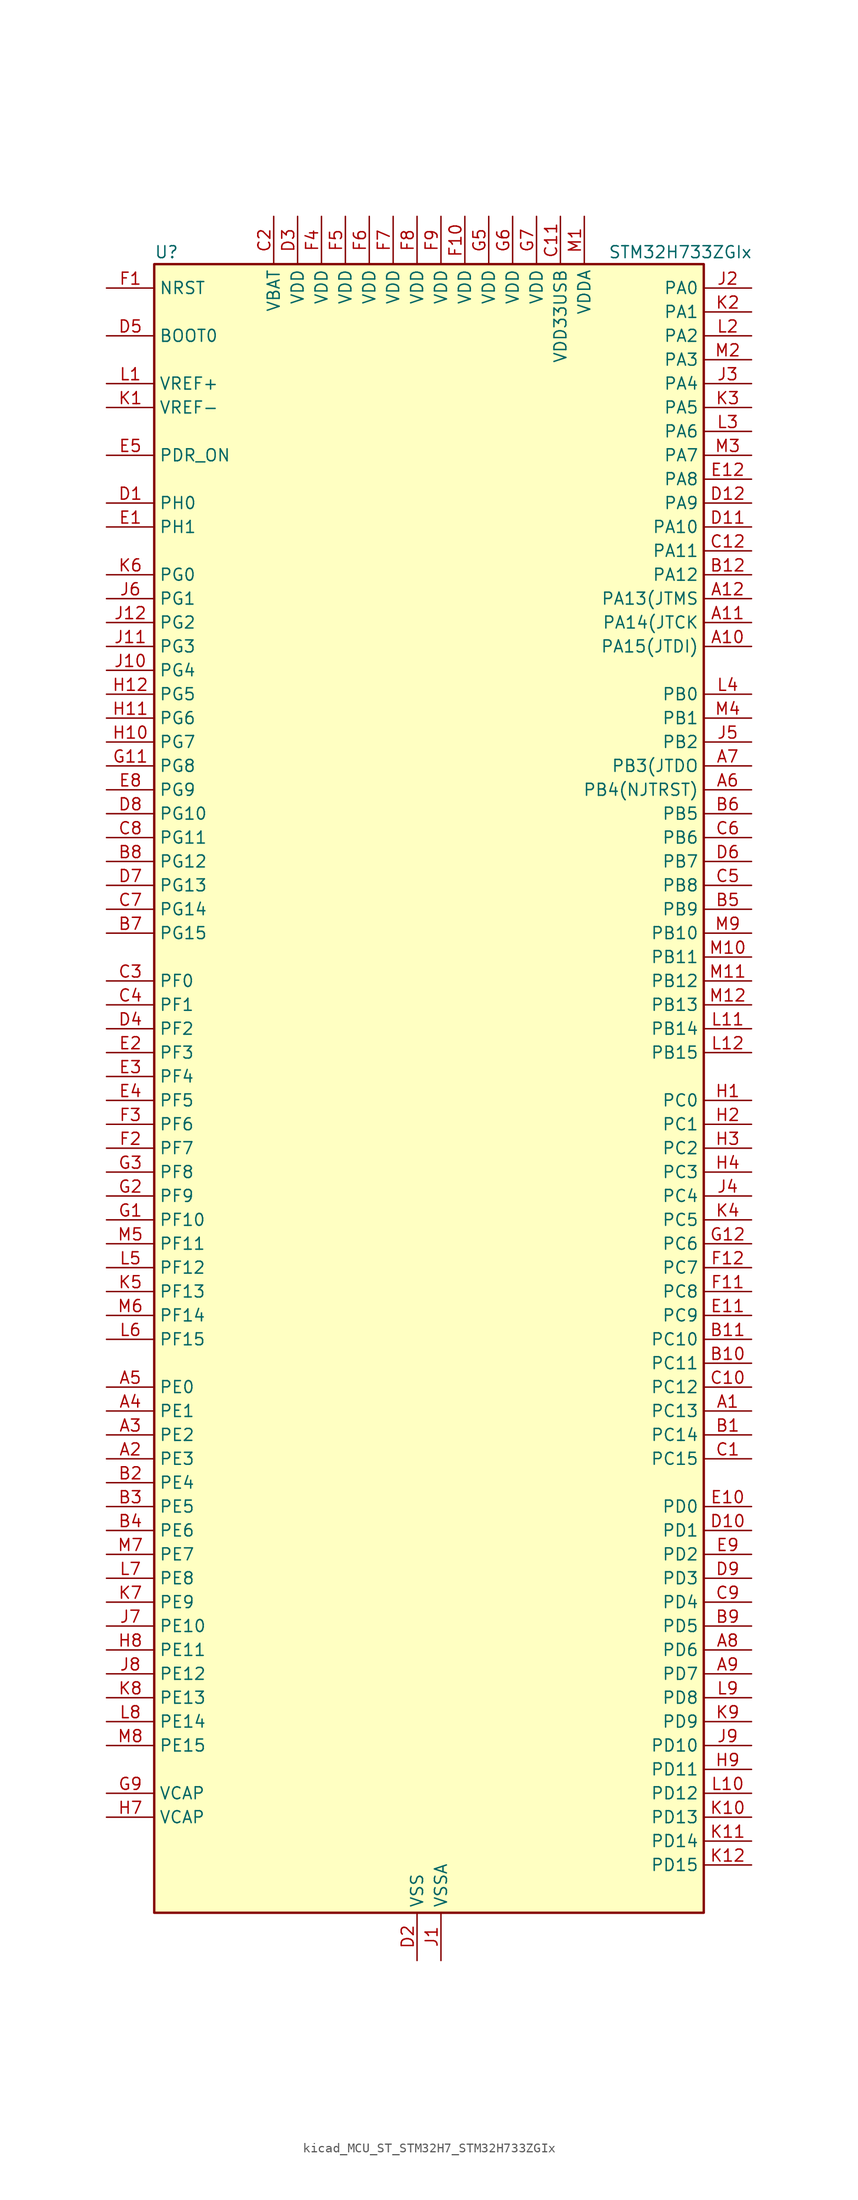
<source format=kicad_sym>
(kicad_symbol_lib
  (version 20220914)
  (generator kicad_symbol_editor)
  (symbol "kicad_MCU_ST_STM32H7_STM32H733ZGIx"
    (property "Reference" "U"
      (at -27.94 90.17 0)
      (effects (font (size 1.27 1.27)) (justify left)))
    (property "Value" "STM32H733ZGIx"
      (at 20.32 90.17 0)
      (effects (font (size 1.27 1.27)) (justify left)))
    (property "ki_locked" ""
      (at 0 0 0)
      (effects (font (size 1.27 1.27))))
    (symbol "kicad_MCU_ST_STM32H7_STM32H733ZGIx_0_1"
      (rectangle (start -27.94 -86.36) (end 30.48 88.9) (stroke (width 0.254) (type default)) (fill (type background))))
    (symbol "kicad_MCU_ST_STM32H7_STM32H733ZGIx_1_1"
      (pin bidirectional line (at 35.56 -33.02 180) (length 5.08) (name "PC13" (effects (font (size 1.27 1.27)))) (number "A1" (effects (font (size 1.27 1.27)))) (alternate "PWR_WKUP4" bidirectional line) (alternate "RTC_OUT_ALARM" bidirectional line) (alternate "RTC_OUT_CALIB" bidirectional line) (alternate "RTC_TAMP1" bidirectional line) (alternate "RTC_TS" bidirectional line))
      (pin bidirectional line (at 35.56 48.26 180) (length 5.08) (name "PA15(JTDI)" (effects (font (size 1.27 1.27)))) (number "A10" (effects (font (size 1.27 1.27)))) (alternate "ADC1_EXTI15" bidirectional line) (alternate "ADC2_EXTI15" bidirectional line) (alternate "ADC3_EXTI15" bidirectional line) (alternate "CEC" bidirectional line) (alternate "DEBUG_JTDI" bidirectional line) (alternate "I2S1_WS" bidirectional line) (alternate "I2S3_WS" bidirectional line) (alternate "I2S6_WS" bidirectional line) (alternate "LTDC_B6" bidirectional line) (alternate "LTDC_R3" bidirectional line) (alternate "SPI1_NSS" bidirectional line) (alternate "SPI3_NSS" bidirectional line) (alternate "SPI6_NSS" bidirectional line) (alternate "TIM2_CH1" bidirectional line) (alternate "TIM2_ETR" bidirectional line) (alternate "UART4_DE" bidirectional line) (alternate "UART4_RTS" bidirectional line) (alternate "UART7_TX" bidirectional line))
      (pin bidirectional line (at 35.56 50.8 180) (length 5.08) (name "PA14(JTCK" (effects (font (size 1.27 1.27)))) (number "A11" (effects (font (size 1.27 1.27)))) (alternate "DEBUG_JTCK-SWCLK" bidirectional line))
      (pin bidirectional line (at 35.56 53.34 180) (length 5.08) (name "PA13(JTMS" (effects (font (size 1.27 1.27)))) (number "A12" (effects (font (size 1.27 1.27)))) (alternate "DEBUG_JTMS-SWDIO" bidirectional line))
      (pin bidirectional line (at -33.02 -38.1 0) (length 5.08) (name "PE3" (effects (font (size 1.27 1.27)))) (number "A2" (effects (font (size 1.27 1.27)))) (alternate "DEBUG_TRACED0" bidirectional line) (alternate "FMC_A19" bidirectional line) (alternate "SAI1_SD_B" bidirectional line) (alternate "SAI4_SD_B" bidirectional line) (alternate "TIM15_BKIN" bidirectional line) (alternate "USART10_TX" bidirectional line))
      (pin bidirectional line (at -33.02 -35.56 0) (length 5.08) (name "PE2" (effects (font (size 1.27 1.27)))) (number "A3" (effects (font (size 1.27 1.27)))) (alternate "DEBUG_TRACECLK" bidirectional line) (alternate "ETH_TXD3" bidirectional line) (alternate "FMC_A23" bidirectional line) (alternate "OCTOSPIM_P1_IO2" bidirectional line) (alternate "SAI1_CK1" bidirectional line) (alternate "SAI1_MCLK_A" bidirectional line) (alternate "SAI4_CK1" bidirectional line) (alternate "SAI4_MCLK_A" bidirectional line) (alternate "SPI4_SCK" bidirectional line) (alternate "USART10_RX" bidirectional line))
      (pin bidirectional line (at -33.02 -33.02 0) (length 5.08) (name "PE1" (effects (font (size 1.27 1.27)))) (number "A4" (effects (font (size 1.27 1.27)))) (alternate "DCMI_D3" bidirectional line) (alternate "FMC_NBL1" bidirectional line) (alternate "LPTIM1_IN2" bidirectional line) (alternate "LTDC_R6" bidirectional line) (alternate "PSSI_D3" bidirectional line) (alternate "UART8_TX" bidirectional line))
      (pin bidirectional line (at -33.02 -30.48 0) (length 5.08) (name "PE0" (effects (font (size 1.27 1.27)))) (number "A5" (effects (font (size 1.27 1.27)))) (alternate "DCMI_D2" bidirectional line) (alternate "FMC_NBL0" bidirectional line) (alternate "LPTIM1_ETR" bidirectional line) (alternate "LPTIM2_ETR" bidirectional line) (alternate "LTDC_R0" bidirectional line) (alternate "PSSI_D2" bidirectional line) (alternate "SAI4_MCLK_A" bidirectional line) (alternate "TIM4_ETR" bidirectional line) (alternate "UART8_RX" bidirectional line))
      (pin bidirectional line (at 35.56 33.02 180) (length 5.08) (name "PB4(NJTRST)" (effects (font (size 1.27 1.27)))) (number "A6" (effects (font (size 1.27 1.27)))) (alternate "DEBUG_JTRST" bidirectional line) (alternate "I2S1_SDI" bidirectional line) (alternate "I2S2_WS" bidirectional line) (alternate "I2S3_SDI" bidirectional line) (alternate "I2S6_SDI" bidirectional line) (alternate "SDMMC2_D3" bidirectional line) (alternate "SPI1_MISO" bidirectional line) (alternate "SPI2_NSS" bidirectional line) (alternate "SPI3_MISO" bidirectional line) (alternate "SPI6_MISO" bidirectional line) (alternate "TIM16_BKIN" bidirectional line) (alternate "TIM3_CH1" bidirectional line) (alternate "UART7_TX" bidirectional line))
      (pin bidirectional line (at 35.56 35.56 180) (length 5.08) (name "PB3(JTDO" (effects (font (size 1.27 1.27)))) (number "A7" (effects (font (size 1.27 1.27)))) (alternate "CRS_SYNC" bidirectional line) (alternate "DEBUG_JTDO-SWO" bidirectional line) (alternate "I2S1_CK" bidirectional line) (alternate "I2S3_CK" bidirectional line) (alternate "I2S6_CK" bidirectional line) (alternate "SDMMC2_D2" bidirectional line) (alternate "SPI1_SCK" bidirectional line) (alternate "SPI3_SCK" bidirectional line) (alternate "SPI6_SCK" bidirectional line) (alternate "TIM24_ETR" bidirectional line) (alternate "TIM2_CH2" bidirectional line) (alternate "UART7_RX" bidirectional line))
      (pin bidirectional line (at 35.56 -58.42 180) (length 5.08) (name "PD6" (effects (font (size 1.27 1.27)))) (number "A8" (effects (font (size 1.27 1.27)))) (alternate "DCMI_D10" bidirectional line) (alternate "DFSDM1_CKIN4" bidirectional line) (alternate "DFSDM1_DATIN1" bidirectional line) (alternate "FMC_NWAIT" bidirectional line) (alternate "I2S3_SDO" bidirectional line) (alternate "LTDC_B2" bidirectional line) (alternate "OCTOSPIM_P1_IO6" bidirectional line) (alternate "PSSI_D10" bidirectional line) (alternate "SAI1_D1" bidirectional line) (alternate "SAI1_SD_A" bidirectional line) (alternate "SAI4_D1" bidirectional line) (alternate "SAI4_SD_A" bidirectional line) (alternate "SDMMC2_CK" bidirectional line) (alternate "SPI3_MOSI" bidirectional line) (alternate "USART2_RX" bidirectional line))
      (pin bidirectional line (at 35.56 -60.96 180) (length 5.08) (name "PD7" (effects (font (size 1.27 1.27)))) (number "A9" (effects (font (size 1.27 1.27)))) (alternate "DFSDM1_CKIN1" bidirectional line) (alternate "DFSDM1_DATIN4" bidirectional line) (alternate "FMC_NE1" bidirectional line) (alternate "I2S1_SDO" bidirectional line) (alternate "OCTOSPIM_P1_IO7" bidirectional line) (alternate "SDMMC2_CMD" bidirectional line) (alternate "SPDIFRX1_IN0" bidirectional line) (alternate "SPI1_MOSI" bidirectional line) (alternate "USART2_CK" bidirectional line))
      (pin bidirectional line (at 35.56 -35.56 180) (length 5.08) (name "PC14" (effects (font (size 1.27 1.27)))) (number "B1" (effects (font (size 1.27 1.27)))) (alternate "RCC_OSC32_IN" bidirectional line))
      (pin bidirectional line (at 35.56 -27.94 180) (length 5.08) (name "PC11" (effects (font (size 1.27 1.27)))) (number "B10" (effects (font (size 1.27 1.27)))) (alternate "ADC1_EXTI11" bidirectional line) (alternate "ADC2_EXTI11" bidirectional line) (alternate "ADC3_EXTI11" bidirectional line) (alternate "DCMI_D4" bidirectional line) (alternate "DFSDM1_DATIN5" bidirectional line) (alternate "I2C5_SCL" bidirectional line) (alternate "I2S3_SDI" bidirectional line) (alternate "LTDC_B4" bidirectional line) (alternate "OCTOSPIM_P1_NCS" bidirectional line) (alternate "PSSI_D4" bidirectional line) (alternate "SDMMC1_D3" bidirectional line) (alternate "SPI3_MISO" bidirectional line) (alternate "UART4_RX" bidirectional line) (alternate "USART3_RX" bidirectional line))
      (pin bidirectional line (at 35.56 -25.4 180) (length 5.08) (name "PC10" (effects (font (size 1.27 1.27)))) (number "B11" (effects (font (size 1.27 1.27)))) (alternate "DCMI_D8" bidirectional line) (alternate "DFSDM1_CKIN5" bidirectional line) (alternate "I2C5_SDA" bidirectional line) (alternate "I2S3_CK" bidirectional line) (alternate "LTDC_B1" bidirectional line) (alternate "LTDC_R2" bidirectional line) (alternate "OCTOSPIM_P1_IO1" bidirectional line) (alternate "PSSI_D8" bidirectional line) (alternate "SDMMC1_D2" bidirectional line) (alternate "SPI3_SCK" bidirectional line) (alternate "SWPMI1_RX" bidirectional line) (alternate "UART4_TX" bidirectional line) (alternate "USART3_TX" bidirectional line))
      (pin bidirectional line (at 35.56 55.88 180) (length 5.08) (name "PA12" (effects (font (size 1.27 1.27)))) (number "B12" (effects (font (size 1.27 1.27)))) (alternate "FDCAN1_TX" bidirectional line) (alternate "I2S2_CK" bidirectional line) (alternate "LPUART1_DE" bidirectional line) (alternate "LPUART1_RTS" bidirectional line) (alternate "LTDC_R5" bidirectional line) (alternate "SAI4_FS_B" bidirectional line) (alternate "SPI2_SCK" bidirectional line) (alternate "TIM1_BKIN2" bidirectional line) (alternate "TIM1_ETR" bidirectional line) (alternate "UART4_TX" bidirectional line) (alternate "USART1_DE" bidirectional line) (alternate "USART1_RTS" bidirectional line) (alternate "USB_OTG_HS_DP" bidirectional line))
      (pin bidirectional line (at -33.02 -40.64 0) (length 5.08) (name "PE4" (effects (font (size 1.27 1.27)))) (number "B2" (effects (font (size 1.27 1.27)))) (alternate "DCMI_D4" bidirectional line) (alternate "DEBUG_TRACED1" bidirectional line) (alternate "DFSDM1_DATIN3" bidirectional line) (alternate "FMC_A20" bidirectional line) (alternate "LTDC_B0" bidirectional line) (alternate "PSSI_D4" bidirectional line) (alternate "SAI1_D2" bidirectional line) (alternate "SAI1_FS_A" bidirectional line) (alternate "SAI4_D2" bidirectional line) (alternate "SAI4_FS_A" bidirectional line) (alternate "SPI4_NSS" bidirectional line) (alternate "TIM15_CH1N" bidirectional line))
      (pin bidirectional line (at -33.02 -43.18 0) (length 5.08) (name "PE5" (effects (font (size 1.27 1.27)))) (number "B3" (effects (font (size 1.27 1.27)))) (alternate "DCMI_D6" bidirectional line) (alternate "DEBUG_TRACED2" bidirectional line) (alternate "DFSDM1_CKIN3" bidirectional line) (alternate "FMC_A21" bidirectional line) (alternate "LTDC_G0" bidirectional line) (alternate "PSSI_D6" bidirectional line) (alternate "SAI1_CK2" bidirectional line) (alternate "SAI1_SCK_A" bidirectional line) (alternate "SAI4_CK2" bidirectional line) (alternate "SAI4_SCK_A" bidirectional line) (alternate "SPI4_MISO" bidirectional line) (alternate "TIM15_CH1" bidirectional line))
      (pin bidirectional line (at -33.02 -45.72 0) (length 5.08) (name "PE6" (effects (font (size 1.27 1.27)))) (number "B4" (effects (font (size 1.27 1.27)))) (alternate "DCMI_D7" bidirectional line) (alternate "DEBUG_TRACED3" bidirectional line) (alternate "FMC_A22" bidirectional line) (alternate "LTDC_G1" bidirectional line) (alternate "PSSI_D7" bidirectional line) (alternate "SAI1_D1" bidirectional line) (alternate "SAI1_SD_A" bidirectional line) (alternate "SAI4_D1" bidirectional line) (alternate "SAI4_MCLK_B" bidirectional line) (alternate "SAI4_SD_A" bidirectional line) (alternate "SPI4_MOSI" bidirectional line) (alternate "TIM15_CH2" bidirectional line) (alternate "TIM1_BKIN2" bidirectional line) (alternate "TIM1_BKIN2_COMP1" bidirectional line) (alternate "TIM1_BKIN2_COMP2" bidirectional line))
      (pin bidirectional line (at 35.56 20.32 180) (length 5.08) (name "PB9" (effects (font (size 1.27 1.27)))) (number "B5" (effects (font (size 1.27 1.27)))) (alternate "DAC1_EXTI9" bidirectional line) (alternate "DCMI_D7" bidirectional line) (alternate "DFSDM1_DATIN7" bidirectional line) (alternate "FDCAN1_TX" bidirectional line) (alternate "I2C1_SDA" bidirectional line) (alternate "I2C4_SDA" bidirectional line) (alternate "I2C4_SMBA" bidirectional line) (alternate "I2S2_WS" bidirectional line) (alternate "LTDC_B7" bidirectional line) (alternate "PSSI_D7" bidirectional line) (alternate "SDMMC1_CDIR" bidirectional line) (alternate "SDMMC1_D5" bidirectional line) (alternate "SDMMC2_D5" bidirectional line) (alternate "SPI2_NSS" bidirectional line) (alternate "TIM17_CH1" bidirectional line) (alternate "TIM4_CH4" bidirectional line) (alternate "UART4_TX" bidirectional line))
      (pin bidirectional line (at 35.56 30.48 180) (length 5.08) (name "PB5" (effects (font (size 1.27 1.27)))) (number "B6" (effects (font (size 1.27 1.27)))) (alternate "DCMI_D10" bidirectional line) (alternate "ETH_PPS_OUT" bidirectional line) (alternate "FDCAN2_RX" bidirectional line) (alternate "FMC_SDCKE1" bidirectional line) (alternate "I2C1_SMBA" bidirectional line) (alternate "I2C4_SMBA" bidirectional line) (alternate "I2S1_SDO" bidirectional line) (alternate "I2S3_SDO" bidirectional line) (alternate "I2S6_SDO" bidirectional line) (alternate "LTDC_B5" bidirectional line) (alternate "PSSI_D10" bidirectional line) (alternate "SPI1_MOSI" bidirectional line) (alternate "SPI3_MOSI" bidirectional line) (alternate "SPI6_MOSI" bidirectional line) (alternate "TIM17_BKIN" bidirectional line) (alternate "TIM3_CH2" bidirectional line) (alternate "UART5_RX" bidirectional line) (alternate "USB_OTG_HS_ULPI_D7" bidirectional line))
      (pin bidirectional line (at -33.02 17.78 0) (length 5.08) (name "PG15" (effects (font (size 1.27 1.27)))) (number "B7" (effects (font (size 1.27 1.27)))) (alternate "ADC1_EXTI15" bidirectional line) (alternate "ADC2_EXTI15" bidirectional line) (alternate "ADC3_EXTI15" bidirectional line) (alternate "DCMI_D13" bidirectional line) (alternate "FMC_SDNCAS" bidirectional line) (alternate "OCTOSPIM_P2_DQS" bidirectional line) (alternate "PSSI_D13" bidirectional line) (alternate "USART10_CK" bidirectional line) (alternate "USART6_CTS" bidirectional line) (alternate "USART6_NSS" bidirectional line))
      (pin bidirectional line (at -33.02 25.4 0) (length 5.08) (name "PG12" (effects (font (size 1.27 1.27)))) (number "B8" (effects (font (size 1.27 1.27)))) (alternate "ETH_TXD1" bidirectional line) (alternate "FMC_NE4" bidirectional line) (alternate "I2S6_SDI" bidirectional line) (alternate "LPTIM1_IN1" bidirectional line) (alternate "LTDC_B1" bidirectional line) (alternate "LTDC_B4" bidirectional line) (alternate "OCTOSPIM_P2_NCS" bidirectional line) (alternate "SDMMC2_D3" bidirectional line) (alternate "SPDIFRX1_IN1" bidirectional line) (alternate "SPI6_MISO" bidirectional line) (alternate "TIM23_CH1" bidirectional line) (alternate "USART10_TX" bidirectional line) (alternate "USART6_DE" bidirectional line) (alternate "USART6_RTS" bidirectional line))
      (pin bidirectional line (at 35.56 -55.88 180) (length 5.08) (name "PD5" (effects (font (size 1.27 1.27)))) (number "B9" (effects (font (size 1.27 1.27)))) (alternate "FMC_NWE" bidirectional line) (alternate "OCTOSPIM_P1_IO5" bidirectional line) (alternate "USART2_TX" bidirectional line))
      (pin bidirectional line (at 35.56 -38.1 180) (length 5.08) (name "PC15" (effects (font (size 1.27 1.27)))) (number "C1" (effects (font (size 1.27 1.27)))) (alternate "ADC1_EXTI15" bidirectional line) (alternate "ADC2_EXTI15" bidirectional line) (alternate "ADC3_EXTI15" bidirectional line) (alternate "RCC_OSC32_OUT" bidirectional line))
      (pin bidirectional line (at 35.56 -30.48 180) (length 5.08) (name "PC12" (effects (font (size 1.27 1.27)))) (number "C10" (effects (font (size 1.27 1.27)))) (alternate "DCMI_D9" bidirectional line) (alternate "DEBUG_TRACED3" bidirectional line) (alternate "FMC_D6" bidirectional line) (alternate "FMC_DA6" bidirectional line) (alternate "I2C5_SMBA" bidirectional line) (alternate "I2S3_SDO" bidirectional line) (alternate "I2S6_CK" bidirectional line) (alternate "LTDC_R6" bidirectional line) (alternate "PSSI_D9" bidirectional line) (alternate "SDMMC1_CK" bidirectional line) (alternate "SPI3_MOSI" bidirectional line) (alternate "SPI6_SCK" bidirectional line) (alternate "TIM15_CH1" bidirectional line) (alternate "UART5_TX" bidirectional line) (alternate "USART3_CK" bidirectional line))
      (pin power_in line (at 15.24 93.98 270) (length 5.08) (name "VDD33USB" (effects (font (size 1.27 1.27)))) (number "C11" (effects (font (size 1.27 1.27)))))
      (pin bidirectional line (at 35.56 58.42 180) (length 5.08) (name "PA11" (effects (font (size 1.27 1.27)))) (number "C12" (effects (font (size 1.27 1.27)))) (alternate "ADC1_EXTI11" bidirectional line) (alternate "ADC2_EXTI11" bidirectional line) (alternate "ADC3_EXTI11" bidirectional line) (alternate "FDCAN1_RX" bidirectional line) (alternate "I2S2_WS" bidirectional line) (alternate "LPUART1_CTS" bidirectional line) (alternate "LTDC_R4" bidirectional line) (alternate "SPI2_NSS" bidirectional line) (alternate "TIM1_CH4" bidirectional line) (alternate "UART4_RX" bidirectional line) (alternate "USART1_CTS" bidirectional line) (alternate "USART1_NSS" bidirectional line) (alternate "USB_OTG_HS_DM" bidirectional line))
      (pin power_in line (at -15.24 93.98 270) (length 5.08) (name "VBAT" (effects (font (size 1.27 1.27)))) (number "C2" (effects (font (size 1.27 1.27)))))
      (pin bidirectional line (at -33.02 12.7 0) (length 5.08) (name "PF0" (effects (font (size 1.27 1.27)))) (number "C3" (effects (font (size 1.27 1.27)))) (alternate "FMC_A0" bidirectional line) (alternate "I2C2_SDA" bidirectional line) (alternate "I2C5_SDA" bidirectional line) (alternate "OCTOSPIM_P2_IO0" bidirectional line) (alternate "TIM23_CH1" bidirectional line))
      (pin bidirectional line (at -33.02 10.16 0) (length 5.08) (name "PF1" (effects (font (size 1.27 1.27)))) (number "C4" (effects (font (size 1.27 1.27)))) (alternate "FMC_A1" bidirectional line) (alternate "I2C2_SCL" bidirectional line) (alternate "I2C5_SCL" bidirectional line) (alternate "OCTOSPIM_P2_IO1" bidirectional line) (alternate "TIM23_CH2" bidirectional line))
      (pin bidirectional line (at 35.56 22.86 180) (length 5.08) (name "PB8" (effects (font (size 1.27 1.27)))) (number "C5" (effects (font (size 1.27 1.27)))) (alternate "DCMI_D6" bidirectional line) (alternate "DFSDM1_CKIN7" bidirectional line) (alternate "ETH_TXD3" bidirectional line) (alternate "FDCAN1_RX" bidirectional line) (alternate "I2C1_SCL" bidirectional line) (alternate "I2C4_SCL" bidirectional line) (alternate "LTDC_B6" bidirectional line) (alternate "PSSI_D6" bidirectional line) (alternate "SDMMC1_CKIN" bidirectional line) (alternate "SDMMC1_D4" bidirectional line) (alternate "SDMMC2_D4" bidirectional line) (alternate "TIM16_CH1" bidirectional line) (alternate "TIM4_CH3" bidirectional line) (alternate "UART4_RX" bidirectional line))
      (pin bidirectional line (at 35.56 27.94 180) (length 5.08) (name "PB6" (effects (font (size 1.27 1.27)))) (number "C6" (effects (font (size 1.27 1.27)))) (alternate "CEC" bidirectional line) (alternate "DCMI_D5" bidirectional line) (alternate "DFSDM1_DATIN5" bidirectional line) (alternate "FDCAN2_TX" bidirectional line) (alternate "FMC_SDNE1" bidirectional line) (alternate "I2C1_SCL" bidirectional line) (alternate "I2C4_SCL" bidirectional line) (alternate "LPUART1_TX" bidirectional line) (alternate "OCTOSPIM_P1_NCS" bidirectional line) (alternate "PSSI_D5" bidirectional line) (alternate "TIM16_CH1N" bidirectional line) (alternate "TIM4_CH1" bidirectional line) (alternate "UART5_TX" bidirectional line) (alternate "USART1_TX" bidirectional line))
      (pin bidirectional line (at -33.02 20.32 0) (length 5.08) (name "PG14" (effects (font (size 1.27 1.27)))) (number "C7" (effects (font (size 1.27 1.27)))) (alternate "DEBUG_TRACED1" bidirectional line) (alternate "ETH_TXD1" bidirectional line) (alternate "FMC_A25" bidirectional line) (alternate "I2S6_SDO" bidirectional line) (alternate "LPTIM1_ETR" bidirectional line) (alternate "LTDC_B0" bidirectional line) (alternate "OCTOSPIM_P1_IO7" bidirectional line) (alternate "SDMMC2_D7" bidirectional line) (alternate "SPI6_MOSI" bidirectional line) (alternate "TIM23_CH3" bidirectional line) (alternate "USART10_DE" bidirectional line) (alternate "USART10_RTS" bidirectional line) (alternate "USART6_TX" bidirectional line))
      (pin bidirectional line (at -33.02 27.94 0) (length 5.08) (name "PG11" (effects (font (size 1.27 1.27)))) (number "C8" (effects (font (size 1.27 1.27)))) (alternate "ADC1_EXTI11" bidirectional line) (alternate "ADC2_EXTI11" bidirectional line) (alternate "ADC3_EXTI11" bidirectional line) (alternate "DCMI_D3" bidirectional line) (alternate "ETH_TX_EN" bidirectional line) (alternate "I2S1_CK" bidirectional line) (alternate "LPTIM1_IN2" bidirectional line) (alternate "LTDC_B3" bidirectional line) (alternate "OCTOSPIM_P2_IO7" bidirectional line) (alternate "PSSI_D3" bidirectional line) (alternate "SDMMC2_D2" bidirectional line) (alternate "SPDIFRX1_IN0" bidirectional line) (alternate "SPI1_SCK" bidirectional line) (alternate "USART10_RX" bidirectional line))
      (pin bidirectional line (at 35.56 -53.34 180) (length 5.08) (name "PD4" (effects (font (size 1.27 1.27)))) (number "C9" (effects (font (size 1.27 1.27)))) (alternate "FMC_NOE" bidirectional line) (alternate "OCTOSPIM_P1_IO4" bidirectional line) (alternate "USART2_DE" bidirectional line) (alternate "USART2_RTS" bidirectional line))
      (pin bidirectional line (at -33.02 63.5 0) (length 5.08) (name "PH0" (effects (font (size 1.27 1.27)))) (number "D1" (effects (font (size 1.27 1.27)))) (alternate "RCC_OSC_IN" bidirectional line))
      (pin bidirectional line (at 35.56 -45.72 180) (length 5.08) (name "PD1" (effects (font (size 1.27 1.27)))) (number "D10" (effects (font (size 1.27 1.27)))) (alternate "DFSDM1_DATIN6" bidirectional line) (alternate "FDCAN1_TX" bidirectional line) (alternate "FMC_D3" bidirectional line) (alternate "FMC_DA3" bidirectional line) (alternate "UART4_TX" bidirectional line))
      (pin bidirectional line (at 35.56 60.96 180) (length 5.08) (name "PA10" (effects (font (size 1.27 1.27)))) (number "D11" (effects (font (size 1.27 1.27)))) (alternate "DCMI_D1" bidirectional line) (alternate "LPUART1_RX" bidirectional line) (alternate "LTDC_B1" bidirectional line) (alternate "LTDC_B4" bidirectional line) (alternate "MDIOS_MDIO" bidirectional line) (alternate "PSSI_D1" bidirectional line) (alternate "TIM1_CH3" bidirectional line) (alternate "USART1_RX" bidirectional line) (alternate "USB_OTG_HS_ID" bidirectional line))
      (pin bidirectional line (at 35.56 63.5 180) (length 5.08) (name "PA9" (effects (font (size 1.27 1.27)))) (number "D12" (effects (font (size 1.27 1.27)))) (alternate "DAC1_EXTI9" bidirectional line) (alternate "DCMI_D0" bidirectional line) (alternate "ETH_TX_ER" bidirectional line) (alternate "I2C3_SMBA" bidirectional line) (alternate "I2C5_SMBA" bidirectional line) (alternate "I2S2_CK" bidirectional line) (alternate "LPUART1_TX" bidirectional line) (alternate "LTDC_R5" bidirectional line) (alternate "PSSI_D0" bidirectional line) (alternate "SPI2_SCK" bidirectional line) (alternate "TIM1_CH2" bidirectional line) (alternate "USART1_TX" bidirectional line) (alternate "USB_OTG_HS_VBUS" bidirectional line))
      (pin power_in line (at 0 -91.44 90) (length 5.08) (name "VSS" (effects (font (size 1.27 1.27)))) (number "D2" (effects (font (size 1.27 1.27)))))
      (pin power_in line (at -12.7 93.98 270) (length 5.08) (name "VDD" (effects (font (size 1.27 1.27)))) (number "D3" (effects (font (size 1.27 1.27)))))
      (pin bidirectional line (at -33.02 7.62 0) (length 5.08) (name "PF2" (effects (font (size 1.27 1.27)))) (number "D4" (effects (font (size 1.27 1.27)))) (alternate "FMC_A2" bidirectional line) (alternate "I2C2_SMBA" bidirectional line) (alternate "I2C5_SMBA" bidirectional line) (alternate "OCTOSPIM_P2_IO2" bidirectional line) (alternate "TIM23_CH3" bidirectional line))
      (pin input line (at -33.02 81.28 0) (length 5.08) (name "BOOT0" (effects (font (size 1.27 1.27)))) (number "D5" (effects (font (size 1.27 1.27)))))
      (pin bidirectional line (at 35.56 25.4 180) (length 5.08) (name "PB7" (effects (font (size 1.27 1.27)))) (number "D6" (effects (font (size 1.27 1.27)))) (alternate "DCMI_VSYNC" bidirectional line) (alternate "DFSDM1_CKIN5" bidirectional line) (alternate "FMC_NL" bidirectional line) (alternate "I2C1_SDA" bidirectional line) (alternate "I2C4_SDA" bidirectional line) (alternate "LPUART1_RX" bidirectional line) (alternate "PSSI_RDY" bidirectional line) (alternate "PWR_PVD_IN" bidirectional line) (alternate "TIM17_CH1N" bidirectional line) (alternate "TIM4_CH2" bidirectional line) (alternate "USART1_RX" bidirectional line))
      (pin bidirectional line (at -33.02 22.86 0) (length 5.08) (name "PG13" (effects (font (size 1.27 1.27)))) (number "D7" (effects (font (size 1.27 1.27)))) (alternate "DEBUG_TRACED0" bidirectional line) (alternate "ETH_TXD0" bidirectional line) (alternate "FMC_A24" bidirectional line) (alternate "I2S6_CK" bidirectional line) (alternate "LPTIM1_OUT" bidirectional line) (alternate "LTDC_R0" bidirectional line) (alternate "SDMMC2_D6" bidirectional line) (alternate "SPI6_SCK" bidirectional line) (alternate "TIM23_CH2" bidirectional line) (alternate "USART10_CTS" bidirectional line) (alternate "USART10_NSS" bidirectional line) (alternate "USART6_CTS" bidirectional line) (alternate "USART6_NSS" bidirectional line))
      (pin bidirectional line (at -33.02 30.48 0) (length 5.08) (name "PG10" (effects (font (size 1.27 1.27)))) (number "D8" (effects (font (size 1.27 1.27)))) (alternate "DCMI_D2" bidirectional line) (alternate "FDCAN3_RX" bidirectional line) (alternate "FMC_NE3" bidirectional line) (alternate "I2S1_WS" bidirectional line) (alternate "LTDC_B2" bidirectional line) (alternate "LTDC_G3" bidirectional line) (alternate "OCTOSPIM_P2_IO6" bidirectional line) (alternate "PSSI_D2" bidirectional line) (alternate "SAI4_SD_B" bidirectional line) (alternate "SDMMC2_D1" bidirectional line) (alternate "SPI1_NSS" bidirectional line))
      (pin bidirectional line (at 35.56 -50.8 180) (length 5.08) (name "PD3" (effects (font (size 1.27 1.27)))) (number "D9" (effects (font (size 1.27 1.27)))) (alternate "DCMI_D5" bidirectional line) (alternate "DFSDM1_CKOUT" bidirectional line) (alternate "FMC_CLK" bidirectional line) (alternate "I2S2_CK" bidirectional line) (alternate "LTDC_G7" bidirectional line) (alternate "PSSI_D5" bidirectional line) (alternate "SPI2_SCK" bidirectional line) (alternate "USART2_CTS" bidirectional line) (alternate "USART2_NSS" bidirectional line))
      (pin bidirectional line (at -33.02 60.96 0) (length 5.08) (name "PH1" (effects (font (size 1.27 1.27)))) (number "E1" (effects (font (size 1.27 1.27)))) (alternate "RCC_OSC_OUT" bidirectional line))
      (pin bidirectional line (at 35.56 -43.18 180) (length 5.08) (name "PD0" (effects (font (size 1.27 1.27)))) (number "E10" (effects (font (size 1.27 1.27)))) (alternate "DFSDM1_CKIN6" bidirectional line) (alternate "FDCAN1_RX" bidirectional line) (alternate "FMC_D2" bidirectional line) (alternate "FMC_DA2" bidirectional line) (alternate "LTDC_B1" bidirectional line) (alternate "UART4_RX" bidirectional line) (alternate "UART9_CTS" bidirectional line))
      (pin bidirectional line (at 35.56 -22.86 180) (length 5.08) (name "PC9" (effects (font (size 1.27 1.27)))) (number "E11" (effects (font (size 1.27 1.27)))) (alternate "DAC1_EXTI9" bidirectional line) (alternate "DCMI_D3" bidirectional line) (alternate "I2C3_SDA" bidirectional line) (alternate "I2C5_SDA" bidirectional line) (alternate "I2S_CKIN" bidirectional line) (alternate "LTDC_B2" bidirectional line) (alternate "LTDC_G3" bidirectional line) (alternate "OCTOSPIM_P1_IO0" bidirectional line) (alternate "PSSI_D3" bidirectional line) (alternate "RCC_MCO_2" bidirectional line) (alternate "SDMMC1_D1" bidirectional line) (alternate "SWPMI1_SUSPEND" bidirectional line) (alternate "TIM3_CH4" bidirectional line) (alternate "TIM8_CH4" bidirectional line) (alternate "UART5_CTS" bidirectional line))
      (pin bidirectional line (at 35.56 66.04 180) (length 5.08) (name "PA8" (effects (font (size 1.27 1.27)))) (number "E12" (effects (font (size 1.27 1.27)))) (alternate "I2C3_SCL" bidirectional line) (alternate "I2C5_SCL" bidirectional line) (alternate "LTDC_B3" bidirectional line) (alternate "LTDC_R6" bidirectional line) (alternate "RCC_MCO_1" bidirectional line) (alternate "TIM1_CH1" bidirectional line) (alternate "TIM8_BKIN2" bidirectional line) (alternate "TIM8_BKIN2_COMP1" bidirectional line) (alternate "TIM8_BKIN2_COMP2" bidirectional line) (alternate "UART7_RX" bidirectional line) (alternate "USART1_CK" bidirectional line) (alternate "USB_OTG_HS_SOF" bidirectional line))
      (pin bidirectional line (at -33.02 5.08 0) (length 5.08) (name "PF3" (effects (font (size 1.27 1.27)))) (number "E2" (effects (font (size 1.27 1.27)))) (alternate "ADC3_INP5" bidirectional line) (alternate "FMC_A3" bidirectional line) (alternate "OCTOSPIM_P2_IO3" bidirectional line) (alternate "TIM23_CH4" bidirectional line))
      (pin bidirectional line (at -33.02 2.54 0) (length 5.08) (name "PF4" (effects (font (size 1.27 1.27)))) (number "E3" (effects (font (size 1.27 1.27)))) (alternate "ADC3_INN5" bidirectional line) (alternate "ADC3_INP9" bidirectional line) (alternate "FMC_A4" bidirectional line) (alternate "OCTOSPIM_P2_CLK" bidirectional line))
      (pin bidirectional line (at -33.02 0 0) (length 5.08) (name "PF5" (effects (font (size 1.27 1.27)))) (number "E4" (effects (font (size 1.27 1.27)))) (alternate "ADC3_INP4" bidirectional line) (alternate "FMC_A5" bidirectional line) (alternate "OCTOSPIM_P2_NCLK" bidirectional line))
      (pin input line (at -33.02 68.58 0) (length 5.08) (name "PDR_ON" (effects (font (size 1.27 1.27)))) (number "E5" (effects (font (size 1.27 1.27)))))
      (pin passive line (at 0 -91.44 90) (length 5.08) hide (name "VSS" (effects (font (size 1.27 1.27)))) (number "E6" (effects (font (size 1.27 1.27)))))
      (pin passive line (at 0 -91.44 90) (length 5.08) hide (name "VSS" (effects (font (size 1.27 1.27)))) (number "E7" (effects (font (size 1.27 1.27)))))
      (pin bidirectional line (at -33.02 33.02 0) (length 5.08) (name "PG9" (effects (font (size 1.27 1.27)))) (number "E8" (effects (font (size 1.27 1.27)))) (alternate "DAC1_EXTI9" bidirectional line) (alternate "DCMI_VSYNC" bidirectional line) (alternate "FDCAN3_TX" bidirectional line) (alternate "FMC_NCE" bidirectional line) (alternate "FMC_NE2" bidirectional line) (alternate "I2S1_SDI" bidirectional line) (alternate "OCTOSPIM_P1_IO6" bidirectional line) (alternate "PSSI_RDY" bidirectional line) (alternate "SAI4_FS_B" bidirectional line) (alternate "SDMMC2_D0" bidirectional line) (alternate "SPDIFRX1_IN3" bidirectional line) (alternate "SPI1_MISO" bidirectional line) (alternate "USART6_RX" bidirectional line))
      (pin bidirectional line (at 35.56 -48.26 180) (length 5.08) (name "PD2" (effects (font (size 1.27 1.27)))) (number "E9" (effects (font (size 1.27 1.27)))) (alternate "DCMI_D11" bidirectional line) (alternate "DEBUG_TRACED2" bidirectional line) (alternate "FMC_D7" bidirectional line) (alternate "FMC_DA7" bidirectional line) (alternate "LTDC_B2" bidirectional line) (alternate "LTDC_B7" bidirectional line) (alternate "PSSI_D11" bidirectional line) (alternate "SDMMC1_CMD" bidirectional line) (alternate "TIM15_BKIN" bidirectional line) (alternate "TIM3_ETR" bidirectional line) (alternate "UART5_RX" bidirectional line))
      (pin input line (at -33.02 86.36 0) (length 5.08) (name "NRST" (effects (font (size 1.27 1.27)))) (number "F1" (effects (font (size 1.27 1.27)))))
      (pin power_in line (at 5.08 93.98 270) (length 5.08) (name "VDD" (effects (font (size 1.27 1.27)))) (number "F10" (effects (font (size 1.27 1.27)))))
      (pin bidirectional line (at 35.56 -20.32 180) (length 5.08) (name "PC8" (effects (font (size 1.27 1.27)))) (number "F11" (effects (font (size 1.27 1.27)))) (alternate "DCMI_D2" bidirectional line) (alternate "DEBUG_TRACED1" bidirectional line) (alternate "FMC_INT" bidirectional line) (alternate "FMC_NCE" bidirectional line) (alternate "FMC_NE2" bidirectional line) (alternate "PSSI_D2" bidirectional line) (alternate "SDMMC1_D0" bidirectional line) (alternate "SWPMI1_RX" bidirectional line) (alternate "TIM3_CH3" bidirectional line) (alternate "TIM8_CH3" bidirectional line) (alternate "UART5_DE" bidirectional line) (alternate "UART5_RTS" bidirectional line) (alternate "USART6_CK" bidirectional line))
      (pin bidirectional line (at 35.56 -17.78 180) (length 5.08) (name "PC7" (effects (font (size 1.27 1.27)))) (number "F12" (effects (font (size 1.27 1.27)))) (alternate "DCMI_D1" bidirectional line) (alternate "DEBUG_TRGIO" bidirectional line) (alternate "DFSDM1_DATIN3" bidirectional line) (alternate "FMC_NE1" bidirectional line) (alternate "I2S3_MCK" bidirectional line) (alternate "LTDC_G6" bidirectional line) (alternate "PSSI_D1" bidirectional line) (alternate "SDMMC1_D123DIR" bidirectional line) (alternate "SDMMC1_D7" bidirectional line) (alternate "SDMMC2_D7" bidirectional line) (alternate "SWPMI1_TX" bidirectional line) (alternate "TIM3_CH2" bidirectional line) (alternate "TIM8_CH2" bidirectional line) (alternate "USART6_RX" bidirectional line))
      (pin bidirectional line (at -33.02 -5.08 0) (length 5.08) (name "PF7" (effects (font (size 1.27 1.27)))) (number "F2" (effects (font (size 1.27 1.27)))) (alternate "ADC3_INP3" bidirectional line) (alternate "FDCAN3_TX" bidirectional line) (alternate "OCTOSPIM_P1_IO2" bidirectional line) (alternate "SAI1_MCLK_B" bidirectional line) (alternate "SAI4_MCLK_B" bidirectional line) (alternate "SPI5_SCK" bidirectional line) (alternate "TIM17_CH1" bidirectional line) (alternate "TIM23_CH2" bidirectional line) (alternate "UART7_TX" bidirectional line))
      (pin bidirectional line (at -33.02 -2.54 0) (length 5.08) (name "PF6" (effects (font (size 1.27 1.27)))) (number "F3" (effects (font (size 1.27 1.27)))) (alternate "ADC3_INN4" bidirectional line) (alternate "ADC3_INP8" bidirectional line) (alternate "FDCAN3_RX" bidirectional line) (alternate "OCTOSPIM_P1_IO3" bidirectional line) (alternate "SAI1_SD_B" bidirectional line) (alternate "SAI4_SD_B" bidirectional line) (alternate "SPI5_NSS" bidirectional line) (alternate "TIM16_CH1" bidirectional line) (alternate "TIM23_CH1" bidirectional line) (alternate "UART7_RX" bidirectional line))
      (pin power_in line (at -10.16 93.98 270) (length 5.08) (name "VDD" (effects (font (size 1.27 1.27)))) (number "F4" (effects (font (size 1.27 1.27)))))
      (pin power_in line (at -7.62 93.98 270) (length 5.08) (name "VDD" (effects (font (size 1.27 1.27)))) (number "F5" (effects (font (size 1.27 1.27)))))
      (pin power_in line (at -5.08 93.98 270) (length 5.08) (name "VDD" (effects (font (size 1.27 1.27)))) (number "F6" (effects (font (size 1.27 1.27)))))
      (pin power_in line (at -2.54 93.98 270) (length 5.08) (name "VDD" (effects (font (size 1.27 1.27)))) (number "F7" (effects (font (size 1.27 1.27)))))
      (pin power_in line (at 0 93.98 270) (length 5.08) (name "VDD" (effects (font (size 1.27 1.27)))) (number "F8" (effects (font (size 1.27 1.27)))))
      (pin power_in line (at 2.54 93.98 270) (length 5.08) (name "VDD" (effects (font (size 1.27 1.27)))) (number "F9" (effects (font (size 1.27 1.27)))))
      (pin bidirectional line (at -33.02 -12.7 0) (length 5.08) (name "PF10" (effects (font (size 1.27 1.27)))) (number "G1" (effects (font (size 1.27 1.27)))) (alternate "ADC3_INN2" bidirectional line) (alternate "ADC3_INP6" bidirectional line) (alternate "DCMI_D11" bidirectional line) (alternate "LTDC_DE" bidirectional line) (alternate "OCTOSPIM_P1_CLK" bidirectional line) (alternate "PSSI_D11" bidirectional line) (alternate "PSSI_D15" bidirectional line) (alternate "SAI1_D3" bidirectional line) (alternate "SAI4_D3" bidirectional line) (alternate "TIM16_BKIN" bidirectional line))
      (pin passive line (at 0 -91.44 90) (length 5.08) hide (name "VSS" (effects (font (size 1.27 1.27)))) (number "G10" (effects (font (size 1.27 1.27)))))
      (pin bidirectional line (at -33.02 35.56 0) (length 5.08) (name "PG8" (effects (font (size 1.27 1.27)))) (number "G11" (effects (font (size 1.27 1.27)))) (alternate "ETH_PPS_OUT" bidirectional line) (alternate "FMC_SDCLK" bidirectional line) (alternate "I2S6_WS" bidirectional line) (alternate "LTDC_G7" bidirectional line) (alternate "SPDIFRX1_IN2" bidirectional line) (alternate "SPI6_NSS" bidirectional line) (alternate "TIM8_ETR" bidirectional line) (alternate "USART6_DE" bidirectional line) (alternate "USART6_RTS" bidirectional line))
      (pin bidirectional line (at 35.56 -15.24 180) (length 5.08) (name "PC6" (effects (font (size 1.27 1.27)))) (number "G12" (effects (font (size 1.27 1.27)))) (alternate "DCMI_D0" bidirectional line) (alternate "DFSDM1_CKIN3" bidirectional line) (alternate "FMC_NWAIT" bidirectional line) (alternate "I2S2_MCK" bidirectional line) (alternate "LTDC_HSYNC" bidirectional line) (alternate "PSSI_D0" bidirectional line) (alternate "SDMMC1_D0DIR" bidirectional line) (alternate "SDMMC1_D6" bidirectional line) (alternate "SDMMC2_D6" bidirectional line) (alternate "SWPMI1_IO" bidirectional line) (alternate "TIM3_CH1" bidirectional line) (alternate "TIM8_CH1" bidirectional line) (alternate "USART6_TX" bidirectional line))
      (pin bidirectional line (at -33.02 -10.16 0) (length 5.08) (name "PF9" (effects (font (size 1.27 1.27)))) (number "G2" (effects (font (size 1.27 1.27)))) (alternate "ADC3_INP2" bidirectional line) (alternate "DAC1_EXTI9" bidirectional line) (alternate "OCTOSPIM_P1_IO1" bidirectional line) (alternate "SAI1_FS_B" bidirectional line) (alternate "SAI4_FS_B" bidirectional line) (alternate "SPI5_MOSI" bidirectional line) (alternate "TIM14_CH1" bidirectional line) (alternate "TIM17_CH1N" bidirectional line) (alternate "TIM23_CH4" bidirectional line) (alternate "UART7_CTS" bidirectional line))
      (pin bidirectional line (at -33.02 -7.62 0) (length 5.08) (name "PF8" (effects (font (size 1.27 1.27)))) (number "G3" (effects (font (size 1.27 1.27)))) (alternate "ADC3_INN3" bidirectional line) (alternate "ADC3_INP7" bidirectional line) (alternate "OCTOSPIM_P1_IO0" bidirectional line) (alternate "SAI1_SCK_B" bidirectional line) (alternate "SAI4_SCK_B" bidirectional line) (alternate "SPI5_MISO" bidirectional line) (alternate "TIM13_CH1" bidirectional line) (alternate "TIM16_CH1N" bidirectional line) (alternate "TIM23_CH3" bidirectional line) (alternate "UART7_DE" bidirectional line) (alternate "UART7_RTS" bidirectional line))
      (pin passive line (at 0 -91.44 90) (length 5.08) hide (name "VSS" (effects (font (size 1.27 1.27)))) (number "G4" (effects (font (size 1.27 1.27)))))
      (pin power_in line (at 7.62 93.98 270) (length 5.08) (name "VDD" (effects (font (size 1.27 1.27)))) (number "G5" (effects (font (size 1.27 1.27)))))
      (pin power_in line (at 10.16 93.98 270) (length 5.08) (name "VDD" (effects (font (size 1.27 1.27)))) (number "G6" (effects (font (size 1.27 1.27)))))
      (pin power_in line (at 12.7 93.98 270) (length 5.08) (name "VDD" (effects (font (size 1.27 1.27)))) (number "G7" (effects (font (size 1.27 1.27)))))
      (pin passive line (at 0 -91.44 90) (length 5.08) hide (name "VSS" (effects (font (size 1.27 1.27)))) (number "G8" (effects (font (size 1.27 1.27)))))
      (pin power_out line (at -33.02 -73.66 0) (length 5.08) (name "VCAP" (effects (font (size 1.27 1.27)))) (number "G9" (effects (font (size 1.27 1.27)))))
      (pin bidirectional line (at 35.56 0 180) (length 5.08) (name "PC0" (effects (font (size 1.27 1.27)))) (number "H1" (effects (font (size 1.27 1.27)))) (alternate "ADC1_INP10" bidirectional line) (alternate "ADC2_INP10" bidirectional line) (alternate "ADC3_INP10" bidirectional line) (alternate "DFSDM1_CKIN0" bidirectional line) (alternate "DFSDM1_DATIN4" bidirectional line) (alternate "FMC_A25" bidirectional line) (alternate "FMC_D12" bidirectional line) (alternate "FMC_DA12" bidirectional line) (alternate "FMC_SDNWE" bidirectional line) (alternate "LTDC_G2" bidirectional line) (alternate "LTDC_R5" bidirectional line) (alternate "SAI4_FS_B" bidirectional line) (alternate "USB_OTG_HS_ULPI_STP" bidirectional line))
      (pin bidirectional line (at -33.02 38.1 0) (length 5.08) (name "PG7" (effects (font (size 1.27 1.27)))) (number "H10" (effects (font (size 1.27 1.27)))) (alternate "DCMI_D13" bidirectional line) (alternate "FMC_INT" bidirectional line) (alternate "LTDC_CLK" bidirectional line) (alternate "OCTOSPIM_P2_DQS" bidirectional line) (alternate "PSSI_D13" bidirectional line) (alternate "SAI1_MCLK_A" bidirectional line) (alternate "USART6_CK" bidirectional line))
      (pin bidirectional line (at -33.02 40.64 0) (length 5.08) (name "PG6" (effects (font (size 1.27 1.27)))) (number "H11" (effects (font (size 1.27 1.27)))) (alternate "DCMI_D12" bidirectional line) (alternate "FMC_NE3" bidirectional line) (alternate "LTDC_R7" bidirectional line) (alternate "OCTOSPIM_P1_NCS" bidirectional line) (alternate "PSSI_D12" bidirectional line) (alternate "TIM17_BKIN" bidirectional line))
      (pin bidirectional line (at -33.02 43.18 0) (length 5.08) (name "PG5" (effects (font (size 1.27 1.27)))) (number "H12" (effects (font (size 1.27 1.27)))) (alternate "FMC_A15" bidirectional line) (alternate "FMC_BA1" bidirectional line) (alternate "TIM1_ETR" bidirectional line))
      (pin bidirectional line (at 35.56 -2.54 180) (length 5.08) (name "PC1" (effects (font (size 1.27 1.27)))) (number "H2" (effects (font (size 1.27 1.27)))) (alternate "ADC1_INN10" bidirectional line) (alternate "ADC1_INP11" bidirectional line) (alternate "ADC2_INN10" bidirectional line) (alternate "ADC2_INP11" bidirectional line) (alternate "ADC3_INN10" bidirectional line) (alternate "ADC3_INP11" bidirectional line) (alternate "DEBUG_TRACED0" bidirectional line) (alternate "DFSDM1_CKIN4" bidirectional line) (alternate "DFSDM1_DATIN0" bidirectional line) (alternate "ETH_MDC" bidirectional line) (alternate "I2S2_SDO" bidirectional line) (alternate "LTDC_G5" bidirectional line) (alternate "MDIOS_MDC" bidirectional line) (alternate "OCTOSPIM_P1_IO4" bidirectional line) (alternate "PWR_WKUP6" bidirectional line) (alternate "RTC_TAMP3" bidirectional line) (alternate "SAI1_D1" bidirectional line) (alternate "SAI1_SD_A" bidirectional line) (alternate "SAI4_D1" bidirectional line) (alternate "SAI4_SD_A" bidirectional line) (alternate "SDMMC2_CK" bidirectional line) (alternate "SPI2_MOSI" bidirectional line))
      (pin bidirectional line (at 35.56 -5.08 180) (length 5.08) (name "PC2" (effects (font (size 1.27 1.27)))) (number "H3" (effects (font (size 1.27 1.27)))) (alternate "ADC1_INN11" bidirectional line) (alternate "ADC1_INP12" bidirectional line) (alternate "ADC2_INN11" bidirectional line) (alternate "ADC2_INP12" bidirectional line) (alternate "ADC3_INN11" bidirectional line) (alternate "ADC3_INP12" bidirectional line) (alternate "DFSDM1_CKIN1" bidirectional line) (alternate "DFSDM1_CKOUT" bidirectional line) (alternate "ETH_TXD2" bidirectional line) (alternate "FMC_SDNE0" bidirectional line) (alternate "I2S2_SDI" bidirectional line) (alternate "OCTOSPIM_P1_IO2" bidirectional line) (alternate "OCTOSPIM_P1_IO5" bidirectional line) (alternate "PWR_CSTOP" bidirectional line) (alternate "SPI2_MISO" bidirectional line) (alternate "USB_OTG_HS_ULPI_DIR" bidirectional line))
      (pin bidirectional line (at 35.56 -7.62 180) (length 5.08) (name "PC3" (effects (font (size 1.27 1.27)))) (number "H4" (effects (font (size 1.27 1.27)))) (alternate "ADC1_INN12" bidirectional line) (alternate "ADC1_INP13" bidirectional line) (alternate "ADC2_INN12" bidirectional line) (alternate "ADC2_INP13" bidirectional line) (alternate "DFSDM1_DATIN1" bidirectional line) (alternate "ETH_TX_CLK" bidirectional line) (alternate "FMC_SDCKE0" bidirectional line) (alternate "I2S2_SDO" bidirectional line) (alternate "OCTOSPIM_P1_IO0" bidirectional line) (alternate "OCTOSPIM_P1_IO6" bidirectional line) (alternate "PWR_CSLEEP" bidirectional line) (alternate "SPI2_MOSI" bidirectional line) (alternate "USB_OTG_HS_ULPI_NXT" bidirectional line))
      (pin passive line (at 0 -91.44 90) (length 5.08) hide (name "VSS" (effects (font (size 1.27 1.27)))) (number "H5" (effects (font (size 1.27 1.27)))))
      (pin passive line (at 0 -91.44 90) (length 5.08) hide (name "VSS" (effects (font (size 1.27 1.27)))) (number "H6" (effects (font (size 1.27 1.27)))))
      (pin power_out line (at -33.02 -76.2 0) (length 5.08) (name "VCAP" (effects (font (size 1.27 1.27)))) (number "H7" (effects (font (size 1.27 1.27)))))
      (pin bidirectional line (at -33.02 -58.42 0) (length 5.08) (name "PE11" (effects (font (size 1.27 1.27)))) (number "H8" (effects (font (size 1.27 1.27)))) (alternate "ADC1_EXTI11" bidirectional line) (alternate "ADC2_EXTI11" bidirectional line) (alternate "ADC3_EXTI11" bidirectional line) (alternate "COMP2_INP" bidirectional line) (alternate "DFSDM1_CKIN4" bidirectional line) (alternate "FMC_D8" bidirectional line) (alternate "FMC_DA8" bidirectional line) (alternate "LTDC_G3" bidirectional line) (alternate "OCTOSPIM_P1_NCS" bidirectional line) (alternate "SAI4_SD_B" bidirectional line) (alternate "SPI4_NSS" bidirectional line) (alternate "TIM1_CH2" bidirectional line))
      (pin bidirectional line (at 35.56 -71.12 180) (length 5.08) (name "PD11" (effects (font (size 1.27 1.27)))) (number "H9" (effects (font (size 1.27 1.27)))) (alternate "ADC1_EXTI11" bidirectional line) (alternate "ADC2_EXTI11" bidirectional line) (alternate "ADC3_EXTI11" bidirectional line) (alternate "FMC_A16" bidirectional line) (alternate "FMC_CLE" bidirectional line) (alternate "I2C4_SMBA" bidirectional line) (alternate "LPTIM2_IN2" bidirectional line) (alternate "OCTOSPIM_P1_IO0" bidirectional line) (alternate "SAI4_SD_A" bidirectional line) (alternate "USART3_CTS" bidirectional line) (alternate "USART3_NSS" bidirectional line))
      (pin power_in line (at 2.54 -91.44 90) (length 5.08) (name "VSSA" (effects (font (size 1.27 1.27)))) (number "J1" (effects (font (size 1.27 1.27)))))
      (pin bidirectional line (at -33.02 45.72 0) (length 5.08) (name "PG4" (effects (font (size 1.27 1.27)))) (number "J10" (effects (font (size 1.27 1.27)))) (alternate "FMC_A14" bidirectional line) (alternate "FMC_BA0" bidirectional line) (alternate "TIM1_BKIN2" bidirectional line) (alternate "TIM1_BKIN2_COMP1" bidirectional line) (alternate "TIM1_BKIN2_COMP2" bidirectional line))
      (pin bidirectional line (at -33.02 48.26 0) (length 5.08) (name "PG3" (effects (font (size 1.27 1.27)))) (number "J11" (effects (font (size 1.27 1.27)))) (alternate "FMC_A13" bidirectional line) (alternate "TIM23_ETR" bidirectional line) (alternate "TIM8_BKIN2" bidirectional line) (alternate "TIM8_BKIN2_COMP1" bidirectional line) (alternate "TIM8_BKIN2_COMP2" bidirectional line))
      (pin bidirectional line (at -33.02 50.8 0) (length 5.08) (name "PG2" (effects (font (size 1.27 1.27)))) (number "J12" (effects (font (size 1.27 1.27)))) (alternate "FMC_A12" bidirectional line) (alternate "TIM24_ETR" bidirectional line) (alternate "TIM8_BKIN" bidirectional line) (alternate "TIM8_BKIN_COMP1" bidirectional line) (alternate "TIM8_BKIN_COMP2" bidirectional line))
      (pin bidirectional line (at 35.56 86.36 180) (length 5.08) (name "PA0" (effects (font (size 1.27 1.27)))) (number "J2" (effects (font (size 1.27 1.27)))) (alternate "ADC1_INP16" bidirectional line) (alternate "ETH_CRS" bidirectional line) (alternate "FMC_A19" bidirectional line) (alternate "I2S6_WS" bidirectional line) (alternate "PWR_WKUP1" bidirectional line) (alternate "SAI4_SD_B" bidirectional line) (alternate "SDMMC2_CMD" bidirectional line) (alternate "SPI6_NSS" bidirectional line) (alternate "TIM15_BKIN" bidirectional line) (alternate "TIM2_CH1" bidirectional line) (alternate "TIM2_ETR" bidirectional line) (alternate "TIM5_CH1" bidirectional line) (alternate "TIM8_ETR" bidirectional line) (alternate "UART4_TX" bidirectional line) (alternate "USART2_CTS" bidirectional line) (alternate "USART2_NSS" bidirectional line))
      (pin bidirectional line (at 35.56 76.2 180) (length 5.08) (name "PA4" (effects (font (size 1.27 1.27)))) (number "J3" (effects (font (size 1.27 1.27)))) (alternate "ADC1_INP18" bidirectional line) (alternate "ADC2_INP18" bidirectional line) (alternate "DAC1_OUT1" bidirectional line) (alternate "DCMI_HSYNC" bidirectional line) (alternate "FMC_D8" bidirectional line) (alternate "FMC_DA8" bidirectional line) (alternate "I2S1_WS" bidirectional line) (alternate "I2S3_WS" bidirectional line) (alternate "I2S6_WS" bidirectional line) (alternate "LTDC_VSYNC" bidirectional line) (alternate "PSSI_DE" bidirectional line) (alternate "SPI1_NSS" bidirectional line) (alternate "SPI3_NSS" bidirectional line) (alternate "SPI6_NSS" bidirectional line) (alternate "TIM5_ETR" bidirectional line) (alternate "USART2_CK" bidirectional line))
      (pin bidirectional line (at 35.56 -10.16 180) (length 5.08) (name "PC4" (effects (font (size 1.27 1.27)))) (number "J4" (effects (font (size 1.27 1.27)))) (alternate "ADC1_INP4" bidirectional line) (alternate "ADC2_INP4" bidirectional line) (alternate "COMP1_INM" bidirectional line) (alternate "DFSDM1_CKIN2" bidirectional line) (alternate "ETH_RXD0" bidirectional line) (alternate "FMC_A22" bidirectional line) (alternate "FMC_SDNE0" bidirectional line) (alternate "I2S1_MCK" bidirectional line) (alternate "LTDC_R7" bidirectional line) (alternate "OPAMP1_VOUT" bidirectional line) (alternate "SDMMC2_CKIN" bidirectional line) (alternate "SPDIFRX1_IN2" bidirectional line))
      (pin bidirectional line (at 35.56 38.1 180) (length 5.08) (name "PB2" (effects (font (size 1.27 1.27)))) (number "J5" (effects (font (size 1.27 1.27)))) (alternate "COMP1_INP" bidirectional line) (alternate "DFSDM1_CKIN1" bidirectional line) (alternate "ETH_TX_ER" bidirectional line) (alternate "I2S3_SDO" bidirectional line) (alternate "OCTOSPIM_P1_CLK" bidirectional line) (alternate "OCTOSPIM_P1_DQS" bidirectional line) (alternate "RTC_OUT_ALARM" bidirectional line) (alternate "RTC_OUT_CALIB" bidirectional line) (alternate "SAI1_D1" bidirectional line) (alternate "SAI1_SD_A" bidirectional line) (alternate "SAI4_D1" bidirectional line) (alternate "SAI4_SD_A" bidirectional line) (alternate "SPI3_MOSI" bidirectional line) (alternate "TIM23_ETR" bidirectional line))
      (pin bidirectional line (at -33.02 53.34 0) (length 5.08) (name "PG1" (effects (font (size 1.27 1.27)))) (number "J6" (effects (font (size 1.27 1.27)))) (alternate "FMC_A11" bidirectional line) (alternate "OCTOSPIM_P2_IO5" bidirectional line) (alternate "OPAMP2_VINM" bidirectional line) (alternate "UART9_TX" bidirectional line))
      (pin bidirectional line (at -33.02 -55.88 0) (length 5.08) (name "PE10" (effects (font (size 1.27 1.27)))) (number "J7" (effects (font (size 1.27 1.27)))) (alternate "COMP2_INM" bidirectional line) (alternate "DFSDM1_DATIN4" bidirectional line) (alternate "FMC_D7" bidirectional line) (alternate "FMC_DA7" bidirectional line) (alternate "OCTOSPIM_P1_IO7" bidirectional line) (alternate "TIM1_CH2N" bidirectional line) (alternate "UART7_CTS" bidirectional line))
      (pin bidirectional line (at -33.02 -60.96 0) (length 5.08) (name "PE12" (effects (font (size 1.27 1.27)))) (number "J8" (effects (font (size 1.27 1.27)))) (alternate "COMP1_OUT" bidirectional line) (alternate "DFSDM1_DATIN5" bidirectional line) (alternate "FMC_D9" bidirectional line) (alternate "FMC_DA9" bidirectional line) (alternate "LTDC_B4" bidirectional line) (alternate "SAI4_SCK_B" bidirectional line) (alternate "SPI4_SCK" bidirectional line) (alternate "TIM1_CH3N" bidirectional line))
      (pin bidirectional line (at 35.56 -68.58 180) (length 5.08) (name "PD10" (effects (font (size 1.27 1.27)))) (number "J9" (effects (font (size 1.27 1.27)))) (alternate "DFSDM1_CKOUT" bidirectional line) (alternate "FMC_D15" bidirectional line) (alternate "FMC_DA15" bidirectional line) (alternate "LTDC_B3" bidirectional line) (alternate "USART3_CK" bidirectional line))
      (pin input line (at -33.02 73.66 0) (length 5.08) (name "VREF-" (effects (font (size 1.27 1.27)))) (number "K1" (effects (font (size 1.27 1.27)))))
      (pin bidirectional line (at 35.56 -76.2 180) (length 5.08) (name "PD13" (effects (font (size 1.27 1.27)))) (number "K10" (effects (font (size 1.27 1.27)))) (alternate "DCMI_D13" bidirectional line) (alternate "FDCAN3_TX" bidirectional line) (alternate "FMC_A18" bidirectional line) (alternate "I2C4_SDA" bidirectional line) (alternate "LPTIM1_OUT" bidirectional line) (alternate "OCTOSPIM_P1_IO3" bidirectional line) (alternate "PSSI_D13" bidirectional line) (alternate "SAI4_SCK_A" bidirectional line) (alternate "TIM4_CH2" bidirectional line) (alternate "UART9_DE" bidirectional line) (alternate "UART9_RTS" bidirectional line))
      (pin bidirectional line (at 35.56 -78.74 180) (length 5.08) (name "PD14" (effects (font (size 1.27 1.27)))) (number "K11" (effects (font (size 1.27 1.27)))) (alternate "FMC_D0" bidirectional line) (alternate "FMC_DA0" bidirectional line) (alternate "TIM4_CH3" bidirectional line) (alternate "UART8_CTS" bidirectional line) (alternate "UART9_RX" bidirectional line))
      (pin bidirectional line (at 35.56 -81.28 180) (length 5.08) (name "PD15" (effects (font (size 1.27 1.27)))) (number "K12" (effects (font (size 1.27 1.27)))) (alternate "ADC1_EXTI15" bidirectional line) (alternate "ADC2_EXTI15" bidirectional line) (alternate "ADC3_EXTI15" bidirectional line) (alternate "FMC_D1" bidirectional line) (alternate "FMC_DA1" bidirectional line) (alternate "TIM4_CH4" bidirectional line) (alternate "UART8_DE" bidirectional line) (alternate "UART8_RTS" bidirectional line) (alternate "UART9_TX" bidirectional line))
      (pin bidirectional line (at 35.56 83.82 180) (length 5.08) (name "PA1" (effects (font (size 1.27 1.27)))) (number "K2" (effects (font (size 1.27 1.27)))) (alternate "ADC1_INN16" bidirectional line) (alternate "ADC1_INP17" bidirectional line) (alternate "ETH_REF_CLK" bidirectional line) (alternate "ETH_RX_CLK" bidirectional line) (alternate "LPTIM3_OUT" bidirectional line) (alternate "LTDC_R2" bidirectional line) (alternate "OCTOSPIM_P1_DQS" bidirectional line) (alternate "OCTOSPIM_P1_IO3" bidirectional line) (alternate "SAI4_MCLK_B" bidirectional line) (alternate "TIM15_CH1N" bidirectional line) (alternate "TIM2_CH2" bidirectional line) (alternate "TIM5_CH2" bidirectional line) (alternate "UART4_RX" bidirectional line) (alternate "USART2_DE" bidirectional line) (alternate "USART2_RTS" bidirectional line))
      (pin bidirectional line (at 35.56 73.66 180) (length 5.08) (name "PA5" (effects (font (size 1.27 1.27)))) (number "K3" (effects (font (size 1.27 1.27)))) (alternate "ADC1_INN18" bidirectional line) (alternate "ADC1_INP19" bidirectional line) (alternate "ADC2_INN18" bidirectional line) (alternate "ADC2_INP19" bidirectional line) (alternate "DAC1_OUT2" bidirectional line) (alternate "FMC_D9" bidirectional line) (alternate "FMC_DA9" bidirectional line) (alternate "I2S1_CK" bidirectional line) (alternate "I2S6_CK" bidirectional line) (alternate "LTDC_R4" bidirectional line) (alternate "PSSI_D14" bidirectional line) (alternate "PWR_NDSTOP2" bidirectional line) (alternate "SPI1_SCK" bidirectional line) (alternate "SPI6_SCK" bidirectional line) (alternate "TIM2_CH1" bidirectional line) (alternate "TIM2_ETR" bidirectional line) (alternate "TIM8_CH1N" bidirectional line) (alternate "USB_OTG_HS_ULPI_CK" bidirectional line))
      (pin bidirectional line (at 35.56 -12.7 180) (length 5.08) (name "PC5" (effects (font (size 1.27 1.27)))) (number "K4" (effects (font (size 1.27 1.27)))) (alternate "ADC1_INN4" bidirectional line) (alternate "ADC1_INP8" bidirectional line) (alternate "ADC2_INN4" bidirectional line) (alternate "ADC2_INP8" bidirectional line) (alternate "COMP1_OUT" bidirectional line) (alternate "DFSDM1_DATIN2" bidirectional line) (alternate "ETH_RXD1" bidirectional line) (alternate "FMC_SDCKE0" bidirectional line) (alternate "LTDC_DE" bidirectional line) (alternate "OCTOSPIM_P1_DQS" bidirectional line) (alternate "OPAMP1_VINM" bidirectional line) (alternate "PSSI_D15" bidirectional line) (alternate "SAI1_D3" bidirectional line) (alternate "SAI4_D3" bidirectional line) (alternate "SPDIFRX1_IN3" bidirectional line))
      (pin bidirectional line (at -33.02 -20.32 0) (length 5.08) (name "PF13" (effects (font (size 1.27 1.27)))) (number "K5" (effects (font (size 1.27 1.27)))) (alternate "ADC2_INP2" bidirectional line) (alternate "DFSDM1_DATIN6" bidirectional line) (alternate "FMC_A7" bidirectional line) (alternate "I2C4_SMBA" bidirectional line) (alternate "TIM24_CH3" bidirectional line))
      (pin bidirectional line (at -33.02 55.88 0) (length 5.08) (name "PG0" (effects (font (size 1.27 1.27)))) (number "K6" (effects (font (size 1.27 1.27)))) (alternate "FMC_A10" bidirectional line) (alternate "OCTOSPIM_P2_IO4" bidirectional line) (alternate "UART9_RX" bidirectional line))
      (pin bidirectional line (at -33.02 -53.34 0) (length 5.08) (name "PE9" (effects (font (size 1.27 1.27)))) (number "K7" (effects (font (size 1.27 1.27)))) (alternate "COMP2_INP" bidirectional line) (alternate "DAC1_EXTI9" bidirectional line) (alternate "DFSDM1_CKOUT" bidirectional line) (alternate "FMC_D6" bidirectional line) (alternate "FMC_DA6" bidirectional line) (alternate "OCTOSPIM_P1_IO6" bidirectional line) (alternate "OPAMP2_VINP" bidirectional line) (alternate "TIM1_CH1" bidirectional line) (alternate "UART7_DE" bidirectional line) (alternate "UART7_RTS" bidirectional line))
      (pin bidirectional line (at -33.02 -63.5 0) (length 5.08) (name "PE13" (effects (font (size 1.27 1.27)))) (number "K8" (effects (font (size 1.27 1.27)))) (alternate "COMP2_OUT" bidirectional line) (alternate "DFSDM1_CKIN5" bidirectional line) (alternate "FMC_D10" bidirectional line) (alternate "FMC_DA10" bidirectional line) (alternate "LTDC_DE" bidirectional line) (alternate "SAI4_FS_B" bidirectional line) (alternate "SPI4_MISO" bidirectional line) (alternate "TIM1_CH3" bidirectional line))
      (pin bidirectional line (at 35.56 -66.04 180) (length 5.08) (name "PD9" (effects (font (size 1.27 1.27)))) (number "K9" (effects (font (size 1.27 1.27)))) (alternate "DAC1_EXTI9" bidirectional line) (alternate "DFSDM1_DATIN3" bidirectional line) (alternate "FMC_D14" bidirectional line) (alternate "FMC_DA14" bidirectional line) (alternate "USART3_RX" bidirectional line))
      (pin input line (at -33.02 76.2 0) (length 5.08) (name "VREF+" (effects (font (size 1.27 1.27)))) (number "L1" (effects (font (size 1.27 1.27)))) (alternate "VREFBUF_OUT" bidirectional line))
      (pin bidirectional line (at 35.56 -73.66 180) (length 5.08) (name "PD12" (effects (font (size 1.27 1.27)))) (number "L10" (effects (font (size 1.27 1.27)))) (alternate "DCMI_D12" bidirectional line) (alternate "FDCAN3_RX" bidirectional line) (alternate "FMC_A17" bidirectional line) (alternate "FMC_ALE" bidirectional line) (alternate "I2C4_SCL" bidirectional line) (alternate "LPTIM1_IN1" bidirectional line) (alternate "LPTIM2_IN1" bidirectional line) (alternate "OCTOSPIM_P1_IO1" bidirectional line) (alternate "PSSI_D12" bidirectional line) (alternate "SAI4_FS_A" bidirectional line) (alternate "TIM4_CH1" bidirectional line) (alternate "USART3_DE" bidirectional line) (alternate "USART3_RTS" bidirectional line))
      (pin bidirectional line (at 35.56 7.62 180) (length 5.08) (name "PB14" (effects (font (size 1.27 1.27)))) (number "L11" (effects (font (size 1.27 1.27)))) (alternate "DFSDM1_DATIN2" bidirectional line) (alternate "FMC_D10" bidirectional line) (alternate "FMC_DA10" bidirectional line) (alternate "I2S2_SDI" bidirectional line) (alternate "LTDC_CLK" bidirectional line) (alternate "SDMMC2_D0" bidirectional line) (alternate "SPI2_MISO" bidirectional line) (alternate "TIM12_CH1" bidirectional line) (alternate "TIM1_CH2N" bidirectional line) (alternate "TIM8_CH2N" bidirectional line) (alternate "UART4_DE" bidirectional line) (alternate "UART4_RTS" bidirectional line) (alternate "USART1_TX" bidirectional line) (alternate "USART3_DE" bidirectional line) (alternate "USART3_RTS" bidirectional line))
      (pin bidirectional line (at 35.56 5.08 180) (length 5.08) (name "PB15" (effects (font (size 1.27 1.27)))) (number "L12" (effects (font (size 1.27 1.27)))) (alternate "ADC1_EXTI15" bidirectional line) (alternate "ADC2_EXTI15" bidirectional line) (alternate "ADC3_EXTI15" bidirectional line) (alternate "DFSDM1_CKIN2" bidirectional line) (alternate "FMC_D11" bidirectional line) (alternate "FMC_DA11" bidirectional line) (alternate "I2S2_SDO" bidirectional line) (alternate "LTDC_G7" bidirectional line) (alternate "RTC_REFIN" bidirectional line) (alternate "SDMMC2_D1" bidirectional line) (alternate "SPI2_MOSI" bidirectional line) (alternate "TIM12_CH2" bidirectional line) (alternate "TIM1_CH3N" bidirectional line) (alternate "TIM8_CH3N" bidirectional line) (alternate "UART4_CTS" bidirectional line) (alternate "USART1_RX" bidirectional line))
      (pin bidirectional line (at 35.56 81.28 180) (length 5.08) (name "PA2" (effects (font (size 1.27 1.27)))) (number "L2" (effects (font (size 1.27 1.27)))) (alternate "ADC1_INP14" bidirectional line) (alternate "ADC2_INP14" bidirectional line) (alternate "ETH_MDIO" bidirectional line) (alternate "LPTIM4_OUT" bidirectional line) (alternate "LTDC_R1" bidirectional line) (alternate "MDIOS_MDIO" bidirectional line) (alternate "OCTOSPIM_P1_IO0" bidirectional line) (alternate "PWR_WKUP2" bidirectional line) (alternate "SAI4_SCK_B" bidirectional line) (alternate "TIM15_CH1" bidirectional line) (alternate "TIM2_CH3" bidirectional line) (alternate "TIM5_CH3" bidirectional line) (alternate "USART2_TX" bidirectional line))
      (pin bidirectional line (at 35.56 71.12 180) (length 5.08) (name "PA6" (effects (font (size 1.27 1.27)))) (number "L3" (effects (font (size 1.27 1.27)))) (alternate "ADC1_INP3" bidirectional line) (alternate "ADC2_INP3" bidirectional line) (alternate "DCMI_PIXCLK" bidirectional line) (alternate "I2S1_SDI" bidirectional line) (alternate "I2S6_SDI" bidirectional line) (alternate "LTDC_G2" bidirectional line) (alternate "MDIOS_MDC" bidirectional line) (alternate "OCTOSPIM_P1_IO3" bidirectional line) (alternate "PSSI_PDCK" bidirectional line) (alternate "SPI1_MISO" bidirectional line) (alternate "SPI6_MISO" bidirectional line) (alternate "TIM13_CH1" bidirectional line) (alternate "TIM1_BKIN" bidirectional line) (alternate "TIM1_BKIN_COMP1" bidirectional line) (alternate "TIM1_BKIN_COMP2" bidirectional line) (alternate "TIM3_CH1" bidirectional line) (alternate "TIM8_BKIN" bidirectional line) (alternate "TIM8_BKIN_COMP1" bidirectional line) (alternate "TIM8_BKIN_COMP2" bidirectional line))
      (pin bidirectional line (at 35.56 43.18 180) (length 5.08) (name "PB0" (effects (font (size 1.27 1.27)))) (number "L4" (effects (font (size 1.27 1.27)))) (alternate "ADC1_INN5" bidirectional line) (alternate "ADC1_INP9" bidirectional line) (alternate "ADC2_INN5" bidirectional line) (alternate "ADC2_INP9" bidirectional line) (alternate "COMP1_INP" bidirectional line) (alternate "DFSDM1_CKOUT" bidirectional line) (alternate "ETH_RXD2" bidirectional line) (alternate "LTDC_G1" bidirectional line) (alternate "LTDC_R3" bidirectional line) (alternate "OCTOSPIM_P1_IO1" bidirectional line) (alternate "OPAMP1_VINP" bidirectional line) (alternate "TIM1_CH2N" bidirectional line) (alternate "TIM3_CH3" bidirectional line) (alternate "TIM8_CH2N" bidirectional line) (alternate "UART4_CTS" bidirectional line) (alternate "USB_OTG_HS_ULPI_D1" bidirectional line))
      (pin bidirectional line (at -33.02 -17.78 0) (length 5.08) (name "PF12" (effects (font (size 1.27 1.27)))) (number "L5" (effects (font (size 1.27 1.27)))) (alternate "ADC1_INN2" bidirectional line) (alternate "ADC1_INP6" bidirectional line) (alternate "FMC_A6" bidirectional line) (alternate "OCTOSPIM_P2_DQS" bidirectional line) (alternate "TIM24_CH2" bidirectional line))
      (pin bidirectional line (at -33.02 -25.4 0) (length 5.08) (name "PF15" (effects (font (size 1.27 1.27)))) (number "L6" (effects (font (size 1.27 1.27)))) (alternate "ADC1_EXTI15" bidirectional line) (alternate "ADC2_EXTI15" bidirectional line) (alternate "ADC3_EXTI15" bidirectional line) (alternate "FMC_A9" bidirectional line) (alternate "I2C4_SDA" bidirectional line))
      (pin bidirectional line (at -33.02 -50.8 0) (length 5.08) (name "PE8" (effects (font (size 1.27 1.27)))) (number "L7" (effects (font (size 1.27 1.27)))) (alternate "COMP2_OUT" bidirectional line) (alternate "DFSDM1_CKIN2" bidirectional line) (alternate "FMC_D5" bidirectional line) (alternate "FMC_DA5" bidirectional line) (alternate "OCTOSPIM_P1_IO5" bidirectional line) (alternate "OPAMP2_VINM" bidirectional line) (alternate "TIM1_CH1N" bidirectional line) (alternate "UART7_TX" bidirectional line))
      (pin bidirectional line (at -33.02 -66.04 0) (length 5.08) (name "PE14" (effects (font (size 1.27 1.27)))) (number "L8" (effects (font (size 1.27 1.27)))) (alternate "FMC_D11" bidirectional line) (alternate "FMC_DA11" bidirectional line) (alternate "LTDC_CLK" bidirectional line) (alternate "SAI4_MCLK_B" bidirectional line) (alternate "SPI4_MOSI" bidirectional line) (alternate "TIM1_CH4" bidirectional line))
      (pin bidirectional line (at 35.56 -63.5 180) (length 5.08) (name "PD8" (effects (font (size 1.27 1.27)))) (number "L9" (effects (font (size 1.27 1.27)))) (alternate "DFSDM1_CKIN3" bidirectional line) (alternate "FMC_D13" bidirectional line) (alternate "FMC_DA13" bidirectional line) (alternate "SPDIFRX1_IN1" bidirectional line) (alternate "USART3_TX" bidirectional line))
      (pin power_in line (at 17.78 93.98 270) (length 5.08) (name "VDDA" (effects (font (size 1.27 1.27)))) (number "M1" (effects (font (size 1.27 1.27)))))
      (pin bidirectional line (at 35.56 15.24 180) (length 5.08) (name "PB11" (effects (font (size 1.27 1.27)))) (number "M10" (effects (font (size 1.27 1.27)))) (alternate "ADC1_EXTI11" bidirectional line) (alternate "ADC2_EXTI11" bidirectional line) (alternate "ADC3_EXTI11" bidirectional line) (alternate "DFSDM1_CKIN7" bidirectional line) (alternate "ETH_TX_EN" bidirectional line) (alternate "I2C2_SDA" bidirectional line) (alternate "LPTIM2_ETR" bidirectional line) (alternate "LTDC_G5" bidirectional line) (alternate "TIM2_CH4" bidirectional line) (alternate "USART3_RX" bidirectional line) (alternate "USB_OTG_HS_ULPI_D4" bidirectional line))
      (pin bidirectional line (at 35.56 12.7 180) (length 5.08) (name "PB12" (effects (font (size 1.27 1.27)))) (number "M11" (effects (font (size 1.27 1.27)))) (alternate "DFSDM1_DATIN1" bidirectional line) (alternate "ETH_TXD0" bidirectional line) (alternate "FDCAN2_RX" bidirectional line) (alternate "I2C2_SMBA" bidirectional line) (alternate "I2S2_WS" bidirectional line) (alternate "OCTOSPIM_P1_IO0" bidirectional line) (alternate "OCTOSPIM_P1_NCLK" bidirectional line) (alternate "SPI2_NSS" bidirectional line) (alternate "TIM1_BKIN" bidirectional line) (alternate "TIM1_BKIN_COMP1" bidirectional line) (alternate "TIM1_BKIN_COMP2" bidirectional line) (alternate "UART5_RX" bidirectional line) (alternate "USART3_CK" bidirectional line) (alternate "USB_OTG_HS_ULPI_D5" bidirectional line))
      (pin bidirectional line (at 35.56 10.16 180) (length 5.08) (name "PB13" (effects (font (size 1.27 1.27)))) (number "M12" (effects (font (size 1.27 1.27)))) (alternate "DCMI_D2" bidirectional line) (alternate "DFSDM1_CKIN1" bidirectional line) (alternate "ETH_TXD1" bidirectional line) (alternate "FDCAN2_TX" bidirectional line) (alternate "I2S2_CK" bidirectional line) (alternate "LPTIM2_OUT" bidirectional line) (alternate "OCTOSPIM_P1_IO2" bidirectional line) (alternate "PSSI_D2" bidirectional line) (alternate "SDMMC1_D0" bidirectional line) (alternate "SPI2_SCK" bidirectional line) (alternate "TIM1_CH1N" bidirectional line) (alternate "UART5_TX" bidirectional line) (alternate "USART3_CTS" bidirectional line) (alternate "USART3_NSS" bidirectional line) (alternate "USB_OTG_HS_ULPI_D6" bidirectional line))
      (pin bidirectional line (at 35.56 78.74 180) (length 5.08) (name "PA3" (effects (font (size 1.27 1.27)))) (number "M2" (effects (font (size 1.27 1.27)))) (alternate "ADC1_INP15" bidirectional line) (alternate "ADC2_INP15" bidirectional line) (alternate "ETH_COL" bidirectional line) (alternate "I2S6_MCK" bidirectional line) (alternate "LPTIM5_OUT" bidirectional line) (alternate "LTDC_B2" bidirectional line) (alternate "LTDC_B5" bidirectional line) (alternate "OCTOSPIM_P1_CLK" bidirectional line) (alternate "OCTOSPIM_P1_IO2" bidirectional line) (alternate "TIM15_CH2" bidirectional line) (alternate "TIM2_CH4" bidirectional line) (alternate "TIM5_CH4" bidirectional line) (alternate "USART2_RX" bidirectional line) (alternate "USB_OTG_HS_ULPI_D0" bidirectional line))
      (pin bidirectional line (at 35.56 68.58 180) (length 5.08) (name "PA7" (effects (font (size 1.27 1.27)))) (number "M3" (effects (font (size 1.27 1.27)))) (alternate "ADC1_INN3" bidirectional line) (alternate "ADC1_INP7" bidirectional line) (alternate "ADC2_INN3" bidirectional line) (alternate "ADC2_INP7" bidirectional line) (alternate "ETH_CRS_DV" bidirectional line) (alternate "ETH_RX_DV" bidirectional line) (alternate "FMC_SDNWE" bidirectional line) (alternate "I2S1_SDO" bidirectional line) (alternate "I2S6_SDO" bidirectional line) (alternate "LTDC_VSYNC" bidirectional line) (alternate "OCTOSPIM_P1_IO2" bidirectional line) (alternate "OPAMP1_VINM" bidirectional line) (alternate "SPI1_MOSI" bidirectional line) (alternate "SPI6_MOSI" bidirectional line) (alternate "TIM14_CH1" bidirectional line) (alternate "TIM1_CH1N" bidirectional line) (alternate "TIM3_CH2" bidirectional line) (alternate "TIM8_CH1N" bidirectional line))
      (pin bidirectional line (at 35.56 40.64 180) (length 5.08) (name "PB1" (effects (font (size 1.27 1.27)))) (number "M4" (effects (font (size 1.27 1.27)))) (alternate "ADC1_INP5" bidirectional line) (alternate "ADC2_INP5" bidirectional line) (alternate "COMP1_INM" bidirectional line) (alternate "DFSDM1_DATIN1" bidirectional line) (alternate "ETH_RXD3" bidirectional line) (alternate "LTDC_G0" bidirectional line) (alternate "LTDC_R6" bidirectional line) (alternate "OCTOSPIM_P1_IO0" bidirectional line) (alternate "TIM1_CH3N" bidirectional line) (alternate "TIM3_CH4" bidirectional line) (alternate "TIM8_CH3N" bidirectional line) (alternate "USB_OTG_HS_ULPI_D2" bidirectional line))
      (pin bidirectional line (at -33.02 -15.24 0) (length 5.08) (name "PF11" (effects (font (size 1.27 1.27)))) (number "M5" (effects (font (size 1.27 1.27)))) (alternate "ADC1_EXTI11" bidirectional line) (alternate "ADC1_INP2" bidirectional line) (alternate "ADC2_EXTI11" bidirectional line) (alternate "ADC3_EXTI11" bidirectional line) (alternate "DCMI_D12" bidirectional line) (alternate "FMC_SDNRAS" bidirectional line) (alternate "OCTOSPIM_P1_NCLK" bidirectional line) (alternate "PSSI_D12" bidirectional line) (alternate "SAI4_SD_B" bidirectional line) (alternate "SPI5_MOSI" bidirectional line) (alternate "TIM24_CH1" bidirectional line))
      (pin bidirectional line (at -33.02 -22.86 0) (length 5.08) (name "PF14" (effects (font (size 1.27 1.27)))) (number "M6" (effects (font (size 1.27 1.27)))) (alternate "ADC2_INN2" bidirectional line) (alternate "ADC2_INP6" bidirectional line) (alternate "DFSDM1_CKIN6" bidirectional line) (alternate "FMC_A8" bidirectional line) (alternate "I2C4_SCL" bidirectional line) (alternate "TIM24_CH4" bidirectional line))
      (pin bidirectional line (at -33.02 -48.26 0) (length 5.08) (name "PE7" (effects (font (size 1.27 1.27)))) (number "M7" (effects (font (size 1.27 1.27)))) (alternate "COMP2_INM" bidirectional line) (alternate "DFSDM1_DATIN2" bidirectional line) (alternate "FMC_D4" bidirectional line) (alternate "FMC_DA4" bidirectional line) (alternate "OCTOSPIM_P1_IO4" bidirectional line) (alternate "OPAMP2_VOUT" bidirectional line) (alternate "TIM1_ETR" bidirectional line) (alternate "UART7_RX" bidirectional line))
      (pin bidirectional line (at -33.02 -68.58 0) (length 5.08) (name "PE15" (effects (font (size 1.27 1.27)))) (number "M8" (effects (font (size 1.27 1.27)))) (alternate "ADC1_EXTI15" bidirectional line) (alternate "ADC2_EXTI15" bidirectional line) (alternate "ADC3_EXTI15" bidirectional line) (alternate "FMC_D12" bidirectional line) (alternate "FMC_DA12" bidirectional line) (alternate "LTDC_R7" bidirectional line) (alternate "TIM1_BKIN" bidirectional line) (alternate "TIM1_BKIN_COMP1" bidirectional line) (alternate "TIM1_BKIN_COMP2" bidirectional line) (alternate "USART10_CK" bidirectional line))
      (pin bidirectional line (at 35.56 17.78 180) (length 5.08) (name "PB10" (effects (font (size 1.27 1.27)))) (number "M9" (effects (font (size 1.27 1.27)))) (alternate "DFSDM1_DATIN7" bidirectional line) (alternate "ETH_RX_ER" bidirectional line) (alternate "I2C2_SCL" bidirectional line) (alternate "I2S2_CK" bidirectional line) (alternate "LPTIM2_IN1" bidirectional line) (alternate "LTDC_G4" bidirectional line) (alternate "OCTOSPIM_P1_NCS" bidirectional line) (alternate "SPI2_SCK" bidirectional line) (alternate "TIM2_CH3" bidirectional line) (alternate "USART3_TX" bidirectional line) (alternate "USB_OTG_HS_ULPI_D3" bidirectional line)))))
</source>
